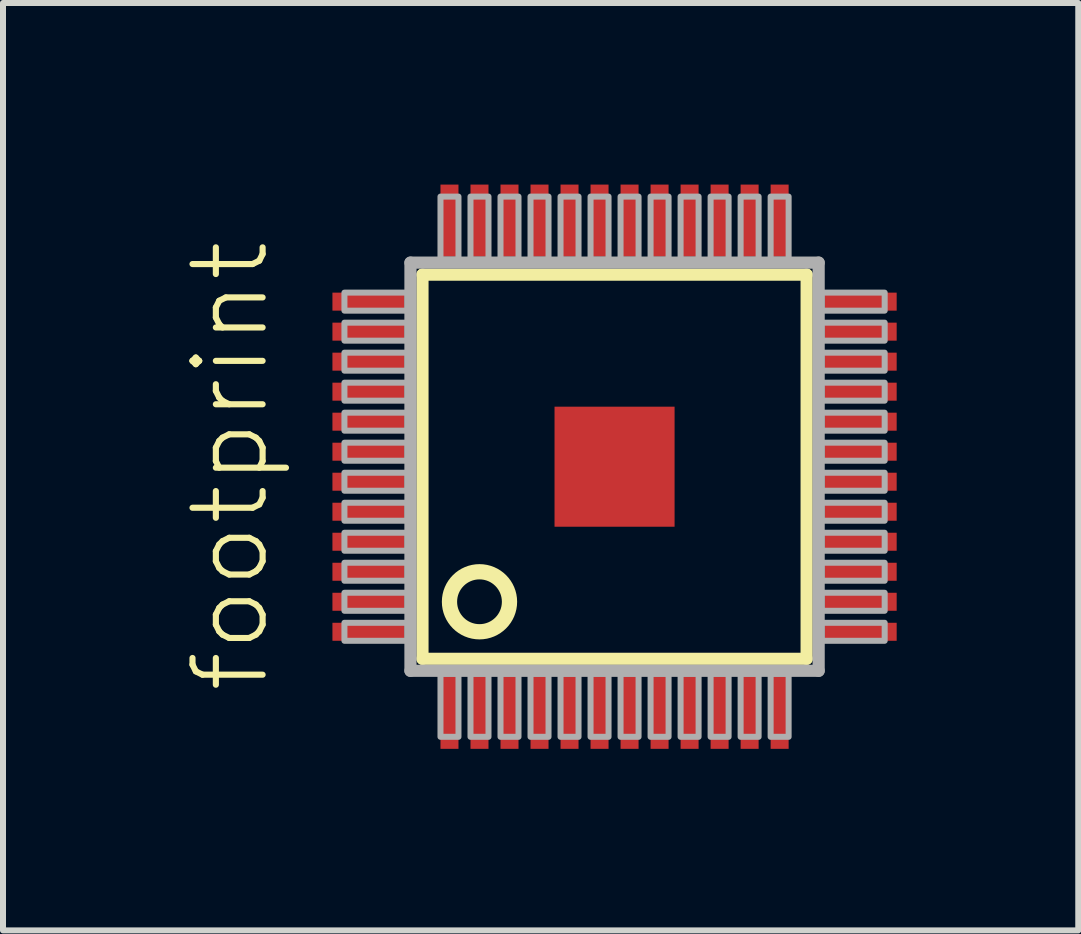
<source format=kicad_pcb>
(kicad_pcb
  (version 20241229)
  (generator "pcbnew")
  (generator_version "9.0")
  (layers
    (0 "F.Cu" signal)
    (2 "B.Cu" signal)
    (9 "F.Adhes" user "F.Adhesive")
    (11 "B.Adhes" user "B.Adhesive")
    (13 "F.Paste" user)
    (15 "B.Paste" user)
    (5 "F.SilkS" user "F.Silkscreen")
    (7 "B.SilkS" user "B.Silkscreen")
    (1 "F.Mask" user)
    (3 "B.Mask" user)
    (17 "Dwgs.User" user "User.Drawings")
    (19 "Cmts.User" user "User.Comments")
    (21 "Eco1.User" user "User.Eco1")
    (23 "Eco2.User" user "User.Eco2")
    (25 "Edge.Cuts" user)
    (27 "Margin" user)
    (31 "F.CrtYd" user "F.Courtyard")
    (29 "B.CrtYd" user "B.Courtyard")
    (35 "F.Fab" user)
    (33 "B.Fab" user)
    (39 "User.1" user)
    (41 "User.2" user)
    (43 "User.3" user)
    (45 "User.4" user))
  (footprint "footprint"
    (layer "F.Cu")
    (at 7.188 4.725)
    (property "Reference" "footprint" (at -5.715 3.81 90) (layer "F.SilkS") (effects (font (size 1.168 1.168) (thickness 0.102)) (justify left bottom)))
    (fp_poly (pts (xy -4.725 -2.575) (xy -3.475 -2.575) (xy -3.475 -2.925) (xy -4.725 -2.925)) (stroke (width 0) (type solid)) (fill yes) (layer "F.Mask"))
    (fp_poly (pts (xy -4.725 -2.075) (xy -3.475 -2.075) (xy -3.475 -2.425) (xy -4.725 -2.425)) (stroke (width 0) (type solid)) (fill yes) (layer "F.Mask"))
    (fp_poly (pts (xy -4.725 -1.575) (xy -3.475 -1.575) (xy -3.475 -1.925) (xy -4.725 -1.925)) (stroke (width 0) (type solid)) (fill yes) (layer "F.Mask"))
    (fp_poly (pts (xy -4.725 -1.075) (xy -3.475 -1.075) (xy -3.475 -1.425) (xy -4.725 -1.425)) (stroke (width 0) (type solid)) (fill yes) (layer "F.Mask"))
    (fp_poly (pts (xy -4.725 -0.575) (xy -3.475 -0.575) (xy -3.475 -0.925) (xy -4.725 -0.925)) (stroke (width 0) (type solid)) (fill yes) (layer "F.Mask"))
    (fp_poly (pts (xy -4.725 -0.075) (xy -3.475 -0.075) (xy -3.475 -0.425) (xy -4.725 -0.425)) (stroke (width 0) (type solid)) (fill yes) (layer "F.Mask"))
    (fp_poly (pts (xy -4.725 0.425) (xy -3.475 0.425) (xy -3.475 0.075) (xy -4.725 0.075)) (stroke (width 0) (type solid)) (fill yes) (layer "F.Mask"))
    (fp_poly (pts (xy -4.725 0.925) (xy -3.475 0.925) (xy -3.475 0.575) (xy -4.725 0.575)) (stroke (width 0) (type solid)) (fill yes) (layer "F.Mask"))
    (fp_poly (pts (xy -4.725 1.425) (xy -3.475 1.425) (xy -3.475 1.075) (xy -4.725 1.075)) (stroke (width 0) (type solid)) (fill yes) (layer "F.Mask"))
    (fp_poly (pts (xy -4.725 1.925) (xy -3.475 1.925) (xy -3.475 1.575) (xy -4.725 1.575)) (stroke (width 0) (type solid)) (fill yes) (layer "F.Mask"))
    (fp_poly (pts (xy -4.725 2.425) (xy -3.475 2.425) (xy -3.475 2.075) (xy -4.725 2.075)) (stroke (width 0) (type solid)) (fill yes) (layer "F.Mask"))
    (fp_poly (pts (xy -4.725 2.925) (xy -3.475 2.925) (xy -3.475 2.575) (xy -4.725 2.575)) (stroke (width 0) (type solid)) (fill yes) (layer "F.Mask"))
    (fp_poly (pts (xy -2.925 -4.725) (xy -2.925 -3.475) (xy -2.575 -3.475) (xy -2.575 -4.725)) (stroke (width 0) (type solid)) (fill yes) (layer "F.Mask"))
    (fp_poly (pts (xy -2.575 4.725) (xy -2.575 3.475) (xy -2.925 3.475) (xy -2.925 4.725)) (stroke (width 0) (type solid)) (fill yes) (layer "F.Mask"))
    (fp_poly (pts (xy -2.425 -4.725) (xy -2.425 -3.475) (xy -2.075 -3.475) (xy -2.075 -4.725)) (stroke (width 0) (type solid)) (fill yes) (layer "F.Mask"))
    (fp_poly (pts (xy -2.075 4.725) (xy -2.075 3.475) (xy -2.425 3.475) (xy -2.425 4.725)) (stroke (width 0) (type solid)) (fill yes) (layer "F.Mask"))
    (fp_poly (pts (xy -1.925 -4.725) (xy -1.925 -3.475) (xy -1.575 -3.475) (xy -1.575 -4.725)) (stroke (width 0) (type solid)) (fill yes) (layer "F.Mask"))
    (fp_poly (pts (xy -1.575 4.725) (xy -1.575 3.475) (xy -1.925 3.475) (xy -1.925 4.725)) (stroke (width 0) (type solid)) (fill yes) (layer "F.Mask"))
    (fp_poly (pts (xy -1.425 -4.725) (xy -1.425 -3.475) (xy -1.075 -3.475) (xy -1.075 -4.725)) (stroke (width 0) (type solid)) (fill yes) (layer "F.Mask"))
    (fp_poly (pts (xy -1.075 4.725) (xy -1.075 3.475) (xy -1.425 3.475) (xy -1.425 4.725)) (stroke (width 0) (type solid)) (fill yes) (layer "F.Mask"))
    (fp_poly (pts (xy -1.05 1.05) (xy 1.05 1.05) (xy 1.05 -1.05) (xy -1.05 -1.05)) (stroke (width 0) (type solid)) (fill yes) (layer "F.Mask"))
    (fp_poly (pts (xy -0.925 -4.725) (xy -0.925 -3.475) (xy -0.575 -3.475) (xy -0.575 -4.725)) (stroke (width 0) (type solid)) (fill yes) (layer "F.Mask"))
    (fp_poly (pts (xy -0.575 4.725) (xy -0.575 3.475) (xy -0.925 3.475) (xy -0.925 4.725)) (stroke (width 0) (type solid)) (fill yes) (layer "F.Mask"))
    (fp_poly (pts (xy -0.425 -4.725) (xy -0.425 -3.475) (xy -0.075 -3.475) (xy -0.075 -4.725)) (stroke (width 0) (type solid)) (fill yes) (layer "F.Mask"))
    (fp_poly (pts (xy -0.075 4.725) (xy -0.075 3.475) (xy -0.425 3.475) (xy -0.425 4.725)) (stroke (width 0) (type solid)) (fill yes) (layer "F.Mask"))
    (fp_poly (pts (xy 0.075 -4.725) (xy 0.075 -3.475) (xy 0.425 -3.475) (xy 0.425 -4.725)) (stroke (width 0) (type solid)) (fill yes) (layer "F.Mask"))
    (fp_poly (pts (xy 0.425 4.725) (xy 0.425 3.475) (xy 0.075 3.475) (xy 0.075 4.725)) (stroke (width 0) (type solid)) (fill yes) (layer "F.Mask"))
    (fp_poly (pts (xy 0.575 -4.725) (xy 0.575 -3.475) (xy 0.925 -3.475) (xy 0.925 -4.725)) (stroke (width 0) (type solid)) (fill yes) (layer "F.Mask"))
    (fp_poly (pts (xy 0.925 4.725) (xy 0.925 3.475) (xy 0.575 3.475) (xy 0.575 4.725)) (stroke (width 0) (type solid)) (fill yes) (layer "F.Mask"))
    (fp_poly (pts (xy 1.075 -4.725) (xy 1.075 -3.475) (xy 1.425 -3.475) (xy 1.425 -4.725)) (stroke (width 0) (type solid)) (fill yes) (layer "F.Mask"))
    (fp_poly (pts (xy 1.425 4.725) (xy 1.425 3.475) (xy 1.075 3.475) (xy 1.075 4.725)) (stroke (width 0) (type solid)) (fill yes) (layer "F.Mask"))
    (fp_poly (pts (xy 1.575 -4.725) (xy 1.575 -3.475) (xy 1.925 -3.475) (xy 1.925 -4.725)) (stroke (width 0) (type solid)) (fill yes) (layer "F.Mask"))
    (fp_poly (pts (xy 1.925 4.725) (xy 1.925 3.475) (xy 1.575 3.475) (xy 1.575 4.725)) (stroke (width 0) (type solid)) (fill yes) (layer "F.Mask"))
    (fp_poly (pts (xy 2.075 -4.725) (xy 2.075 -3.475) (xy 2.425 -3.475) (xy 2.425 -4.725)) (stroke (width 0) (type solid)) (fill yes) (layer "F.Mask"))
    (fp_poly (pts (xy 2.425 4.725) (xy 2.425 3.475) (xy 2.075 3.475) (xy 2.075 4.725)) (stroke (width 0) (type solid)) (fill yes) (layer "F.Mask"))
    (fp_poly (pts (xy 2.575 -4.725) (xy 2.575 -3.475) (xy 2.925 -3.475) (xy 2.925 -4.725)) (stroke (width 0) (type solid)) (fill yes) (layer "F.Mask"))
    (fp_poly (pts (xy 2.925 4.725) (xy 2.925 3.475) (xy 2.575 3.475) (xy 2.575 4.725)) (stroke (width 0) (type solid)) (fill yes) (layer "F.Mask"))
    (fp_poly (pts (xy 4.725 -2.925) (xy 3.475 -2.925) (xy 3.475 -2.575) (xy 4.725 -2.575)) (stroke (width 0) (type solid)) (fill yes) (layer "F.Mask"))
    (fp_poly (pts (xy 4.725 -2.425) (xy 3.475 -2.425) (xy 3.475 -2.075) (xy 4.725 -2.075)) (stroke (width 0) (type solid)) (fill yes) (layer "F.Mask"))
    (fp_poly (pts (xy 4.725 -1.925) (xy 3.475 -1.925) (xy 3.475 -1.575) (xy 4.725 -1.575)) (stroke (width 0) (type solid)) (fill yes) (layer "F.Mask"))
    (fp_poly (pts (xy 4.725 -1.425) (xy 3.475 -1.425) (xy 3.475 -1.075) (xy 4.725 -1.075)) (stroke (width 0) (type solid)) (fill yes) (layer "F.Mask"))
    (fp_poly (pts (xy 4.725 -0.925) (xy 3.475 -0.925) (xy 3.475 -0.575) (xy 4.725 -0.575)) (stroke (width 0) (type solid)) (fill yes) (layer "F.Mask"))
    (fp_poly (pts (xy 4.725 -0.425) (xy 3.475 -0.425) (xy 3.475 -0.075) (xy 4.725 -0.075)) (stroke (width 0) (type solid)) (fill yes) (layer "F.Mask"))
    (fp_poly (pts (xy 4.725 0.075) (xy 3.475 0.075) (xy 3.475 0.425) (xy 4.725 0.425)) (stroke (width 0) (type solid)) (fill yes) (layer "F.Mask"))
    (fp_poly (pts (xy 4.725 0.575) (xy 3.475 0.575) (xy 3.475 0.925) (xy 4.725 0.925)) (stroke (width 0) (type solid)) (fill yes) (layer "F.Mask"))
    (fp_poly (pts (xy 4.725 1.075) (xy 3.475 1.075) (xy 3.475 1.425) (xy 4.725 1.425)) (stroke (width 0) (type solid)) (fill yes) (layer "F.Mask"))
    (fp_poly (pts (xy 4.725 1.575) (xy 3.475 1.575) (xy 3.475 1.925) (xy 4.725 1.925)) (stroke (width 0) (type solid)) (fill yes) (layer "F.Mask"))
    (fp_poly (pts (xy 4.725 2.075) (xy 3.475 2.075) (xy 3.475 2.425) (xy 4.725 2.425)) (stroke (width 0) (type solid)) (fill yes) (layer "F.Mask"))
    (fp_poly (pts (xy 4.725 2.575) (xy 3.475 2.575) (xy 3.475 2.925) (xy 4.725 2.925)) (stroke (width 0) (type solid)) (fill yes) (layer "F.Mask"))
    (fp_line (start -3.2 -3.2) (end 3.2 -3.2) (stroke (width 0.203) (type solid)) (layer "F.SilkS"))
    (fp_line (start -3.2 3.2) (end -3.2 -3.2) (stroke (width 0.203) (type solid)) (layer "F.SilkS"))
    (fp_line (start 3.2 -3.2) (end 3.2 3.2) (stroke (width 0.203) (type solid)) (layer "F.SilkS"))
    (fp_line (start 3.2 3.2) (end -3.2 3.2) (stroke (width 0.203) (type solid)) (layer "F.SilkS"))
    (fp_circle (center -2.25 2.25) (end -1.75 2.25) (stroke (width 0.254) (type solid)) (fill no) (layer "F.SilkS"))
    (fp_poly (pts (xy -4.675 -2.625) (xy -3.525 -2.625) (xy -3.525 -2.875) (xy -4.675 -2.875)) (stroke (width 0) (type solid)) (fill yes) (layer "F.Paste"))
    (fp_poly (pts (xy -4.675 -2.125) (xy -3.525 -2.125) (xy -3.525 -2.375) (xy -4.675 -2.375)) (stroke (width 0) (type solid)) (fill yes) (layer "F.Paste"))
    (fp_poly (pts (xy -4.675 -1.625) (xy -3.525 -1.625) (xy -3.525 -1.875) (xy -4.675 -1.875)) (stroke (width 0) (type solid)) (fill yes) (layer "F.Paste"))
    (fp_poly (pts (xy -4.675 -1.125) (xy -3.525 -1.125) (xy -3.525 -1.375) (xy -4.675 -1.375)) (stroke (width 0) (type solid)) (fill yes) (layer "F.Paste"))
    (fp_poly (pts (xy -4.675 -0.625) (xy -3.525 -0.625) (xy -3.525 -0.875) (xy -4.675 -0.875)) (stroke (width 0) (type solid)) (fill yes) (layer "F.Paste"))
    (fp_poly (pts (xy -4.675 -0.125) (xy -3.525 -0.125) (xy -3.525 -0.375) (xy -4.675 -0.375)) (stroke (width 0) (type solid)) (fill yes) (layer "F.Paste"))
    (fp_poly (pts (xy -4.675 0.375) (xy -3.525 0.375) (xy -3.525 0.125) (xy -4.675 0.125)) (stroke (width 0) (type solid)) (fill yes) (layer "F.Paste"))
    (fp_poly (pts (xy -4.675 0.875) (xy -3.525 0.875) (xy -3.525 0.625) (xy -4.675 0.625)) (stroke (width 0) (type solid)) (fill yes) (layer "F.Paste"))
    (fp_poly (pts (xy -4.675 1.375) (xy -3.525 1.375) (xy -3.525 1.125) (xy -4.675 1.125)) (stroke (width 0) (type solid)) (fill yes) (layer "F.Paste"))
    (fp_poly (pts (xy -4.675 1.875) (xy -3.525 1.875) (xy -3.525 1.625) (xy -4.675 1.625)) (stroke (width 0) (type solid)) (fill yes) (layer "F.Paste"))
    (fp_poly (pts (xy -4.675 2.375) (xy -3.525 2.375) (xy -3.525 2.125) (xy -4.675 2.125)) (stroke (width 0) (type solid)) (fill yes) (layer "F.Paste"))
    (fp_poly (pts (xy -4.675 2.875) (xy -3.525 2.875) (xy -3.525 2.625) (xy -4.675 2.625)) (stroke (width 0) (type solid)) (fill yes) (layer "F.Paste"))
    (fp_poly (pts (xy -2.875 -4.675) (xy -2.875 -3.525) (xy -2.625 -3.525) (xy -2.625 -4.675)) (stroke (width 0) (type solid)) (fill yes) (layer "F.Paste"))
    (fp_poly (pts (xy -2.625 4.675) (xy -2.625 3.525) (xy -2.875 3.525) (xy -2.875 4.675)) (stroke (width 0) (type solid)) (fill yes) (layer "F.Paste"))
    (fp_poly (pts (xy -2.375 -4.675) (xy -2.375 -3.525) (xy -2.125 -3.525) (xy -2.125 -4.675)) (stroke (width 0) (type solid)) (fill yes) (layer "F.Paste"))
    (fp_poly (pts (xy -2.125 4.675) (xy -2.125 3.525) (xy -2.375 3.525) (xy -2.375 4.675)) (stroke (width 0) (type solid)) (fill yes) (layer "F.Paste"))
    (fp_poly (pts (xy -1.875 -4.675) (xy -1.875 -3.525) (xy -1.625 -3.525) (xy -1.625 -4.675)) (stroke (width 0) (type solid)) (fill yes) (layer "F.Paste"))
    (fp_poly (pts (xy -1.625 4.675) (xy -1.625 3.525) (xy -1.875 3.525) (xy -1.875 4.675)) (stroke (width 0) (type solid)) (fill yes) (layer "F.Paste"))
    (fp_poly (pts (xy -1.375 -4.675) (xy -1.375 -3.525) (xy -1.125 -3.525) (xy -1.125 -4.675)) (stroke (width 0) (type solid)) (fill yes) (layer "F.Paste"))
    (fp_poly (pts (xy -1.125 4.675) (xy -1.125 3.525) (xy -1.375 3.525) (xy -1.375 4.675)) (stroke (width 0) (type solid)) (fill yes) (layer "F.Paste"))
    (fp_poly (pts (xy -0.95 0.95) (xy 0.95 0.95) (xy 0.95 -0.95) (xy -0.95 -0.95)) (stroke (width 0) (type solid)) (fill yes) (layer "F.Paste"))
    (fp_poly (pts (xy -0.875 -4.675) (xy -0.875 -3.525) (xy -0.625 -3.525) (xy -0.625 -4.675)) (stroke (width 0) (type solid)) (fill yes) (layer "F.Paste"))
    (fp_poly (pts (xy -0.625 4.675) (xy -0.625 3.525) (xy -0.875 3.525) (xy -0.875 4.675)) (stroke (width 0) (type solid)) (fill yes) (layer "F.Paste"))
    (fp_poly (pts (xy -0.375 -4.675) (xy -0.375 -3.525) (xy -0.125 -3.525) (xy -0.125 -4.675)) (stroke (width 0) (type solid)) (fill yes) (layer "F.Paste"))
    (fp_poly (pts (xy -0.125 4.675) (xy -0.125 3.525) (xy -0.375 3.525) (xy -0.375 4.675)) (stroke (width 0) (type solid)) (fill yes) (layer "F.Paste"))
    (fp_poly (pts (xy 0.125 -4.675) (xy 0.125 -3.525) (xy 0.375 -3.525) (xy 0.375 -4.675)) (stroke (width 0) (type solid)) (fill yes) (layer "F.Paste"))
    (fp_poly (pts (xy 0.375 4.675) (xy 0.375 3.525) (xy 0.125 3.525) (xy 0.125 4.675)) (stroke (width 0) (type solid)) (fill yes) (layer "F.Paste"))
    (fp_poly (pts (xy 0.625 -4.675) (xy 0.625 -3.525) (xy 0.875 -3.525) (xy 0.875 -4.675)) (stroke (width 0) (type solid)) (fill yes) (layer "F.Paste"))
    (fp_poly (pts (xy 0.875 4.675) (xy 0.875 3.525) (xy 0.625 3.525) (xy 0.625 4.675)) (stroke (width 0) (type solid)) (fill yes) (layer "F.Paste"))
    (fp_poly (pts (xy 1.125 -4.675) (xy 1.125 -3.525) (xy 1.375 -3.525) (xy 1.375 -4.675)) (stroke (width 0) (type solid)) (fill yes) (layer "F.Paste"))
    (fp_poly (pts (xy 1.375 4.675) (xy 1.375 3.525) (xy 1.125 3.525) (xy 1.125 4.675)) (stroke (width 0) (type solid)) (fill yes) (layer "F.Paste"))
    (fp_poly (pts (xy 1.625 -4.675) (xy 1.625 -3.525) (xy 1.875 -3.525) (xy 1.875 -4.675)) (stroke (width 0) (type solid)) (fill yes) (layer "F.Paste"))
    (fp_poly (pts (xy 1.875 4.675) (xy 1.875 3.525) (xy 1.625 3.525) (xy 1.625 4.675)) (stroke (width 0) (type solid)) (fill yes) (layer "F.Paste"))
    (fp_poly (pts (xy 2.125 -4.675) (xy 2.125 -3.525) (xy 2.375 -3.525) (xy 2.375 -4.675)) (stroke (width 0) (type solid)) (fill yes) (layer "F.Paste"))
    (fp_poly (pts (xy 2.375 4.675) (xy 2.375 3.525) (xy 2.125 3.525) (xy 2.125 4.675)) (stroke (width 0) (type solid)) (fill yes) (layer "F.Paste"))
    (fp_poly (pts (xy 2.625 -4.675) (xy 2.625 -3.525) (xy 2.875 -3.525) (xy 2.875 -4.675)) (stroke (width 0) (type solid)) (fill yes) (layer "F.Paste"))
    (fp_poly (pts (xy 2.875 4.675) (xy 2.875 3.525) (xy 2.625 3.525) (xy 2.625 4.675)) (stroke (width 0) (type solid)) (fill yes) (layer "F.Paste"))
    (fp_poly (pts (xy 4.675 -2.875) (xy 3.525 -2.875) (xy 3.525 -2.625) (xy 4.675 -2.625)) (stroke (width 0) (type solid)) (fill yes) (layer "F.Paste"))
    (fp_poly (pts (xy 4.675 -2.375) (xy 3.525 -2.375) (xy 3.525 -2.125) (xy 4.675 -2.125)) (stroke (width 0) (type solid)) (fill yes) (layer "F.Paste"))
    (fp_poly (pts (xy 4.675 -1.875) (xy 3.525 -1.875) (xy 3.525 -1.625) (xy 4.675 -1.625)) (stroke (width 0) (type solid)) (fill yes) (layer "F.Paste"))
    (fp_poly (pts (xy 4.675 -1.375) (xy 3.525 -1.375) (xy 3.525 -1.125) (xy 4.675 -1.125)) (stroke (width 0) (type solid)) (fill yes) (layer "F.Paste"))
    (fp_poly (pts (xy 4.675 -0.875) (xy 3.525 -0.875) (xy 3.525 -0.625) (xy 4.675 -0.625)) (stroke (width 0) (type solid)) (fill yes) (layer "F.Paste"))
    (fp_poly (pts (xy 4.675 -0.375) (xy 3.525 -0.375) (xy 3.525 -0.125) (xy 4.675 -0.125)) (stroke (width 0) (type solid)) (fill yes) (layer "F.Paste"))
    (fp_poly (pts (xy 4.675 0.125) (xy 3.525 0.125) (xy 3.525 0.375) (xy 4.675 0.375)) (stroke (width 0) (type solid)) (fill yes) (layer "F.Paste"))
    (fp_poly (pts (xy 4.675 0.625) (xy 3.525 0.625) (xy 3.525 0.875) (xy 4.675 0.875)) (stroke (width 0) (type solid)) (fill yes) (layer "F.Paste"))
    (fp_poly (pts (xy 4.675 1.125) (xy 3.525 1.125) (xy 3.525 1.375) (xy 4.675 1.375)) (stroke (width 0) (type solid)) (fill yes) (layer "F.Paste"))
    (fp_poly (pts (xy 4.675 1.625) (xy 3.525 1.625) (xy 3.525 1.875) (xy 4.675 1.875)) (stroke (width 0) (type solid)) (fill yes) (layer "F.Paste"))
    (fp_poly (pts (xy 4.675 2.125) (xy 3.525 2.125) (xy 3.525 2.375) (xy 4.675 2.375)) (stroke (width 0) (type solid)) (fill yes) (layer "F.Paste"))
    (fp_poly (pts (xy 4.675 2.625) (xy 3.525 2.625) (xy 3.525 2.875) (xy 4.675 2.875)) (stroke (width 0) (type solid)) (fill yes) (layer "F.Paste"))
    (fp_line (start -3.4 -3.4) (end -3.4 3.4) (stroke (width 0.203) (type solid)) (layer "F.Fab"))
    (fp_line (start -3.4 3.4) (end 3.4 3.4) (stroke (width 0.203) (type solid)) (layer "F.Fab"))
    (fp_line (start 3.4 -3.4) (end -3.4 -3.4) (stroke (width 0.203) (type solid)) (layer "F.Fab"))
    (fp_line (start 3.4 3.4) (end 3.4 -3.4) (stroke (width 0.203) (type solid)) (layer "F.Fab"))
    (fp_poly (pts (xy -4.5 -2.6) (xy -3.45 -2.6) (xy -3.45 -2.9) (xy -4.5 -2.9)) (stroke (width 0.1) (type solid)) (fill no) (layer "F.Fab"))
    (fp_poly (pts (xy -4.5 -2.1) (xy -3.45 -2.1) (xy -3.45 -2.4) (xy -4.5 -2.4)) (stroke (width 0.1) (type solid)) (fill no) (layer "F.Fab"))
    (fp_poly (pts (xy -4.5 -1.6) (xy -3.45 -1.6) (xy -3.45 -1.9) (xy -4.5 -1.9)) (stroke (width 0.1) (type solid)) (fill no) (layer "F.Fab"))
    (fp_poly (pts (xy -4.5 -1.1) (xy -3.45 -1.1) (xy -3.45 -1.4) (xy -4.5 -1.4)) (stroke (width 0.1) (type solid)) (fill no) (layer "F.Fab"))
    (fp_poly (pts (xy -4.5 -0.6) (xy -3.45 -0.6) (xy -3.45 -0.9) (xy -4.5 -0.9)) (stroke (width 0.1) (type solid)) (fill no) (layer "F.Fab"))
    (fp_poly (pts (xy -4.5 -0.1) (xy -3.45 -0.1) (xy -3.45 -0.4) (xy -4.5 -0.4)) (stroke (width 0.1) (type solid)) (fill no) (layer "F.Fab"))
    (fp_poly (pts (xy -4.5 0.4) (xy -3.45 0.4) (xy -3.45 0.1) (xy -4.5 0.1)) (stroke (width 0.1) (type solid)) (fill no) (layer "F.Fab"))
    (fp_poly (pts (xy -4.5 0.9) (xy -3.45 0.9) (xy -3.45 0.6) (xy -4.5 0.6)) (stroke (width 0.1) (type solid)) (fill no) (layer "F.Fab"))
    (fp_poly (pts (xy -4.5 1.4) (xy -3.45 1.4) (xy -3.45 1.1) (xy -4.5 1.1)) (stroke (width 0.1) (type solid)) (fill no) (layer "F.Fab"))
    (fp_poly (pts (xy -4.5 1.9) (xy -3.45 1.9) (xy -3.45 1.6) (xy -4.5 1.6)) (stroke (width 0.1) (type solid)) (fill no) (layer "F.Fab"))
    (fp_poly (pts (xy -4.5 2.4) (xy -3.45 2.4) (xy -3.45 2.1) (xy -4.5 2.1)) (stroke (width 0.1) (type solid)) (fill no) (layer "F.Fab"))
    (fp_poly (pts (xy -4.5 2.9) (xy -3.45 2.9) (xy -3.45 2.6) (xy -4.5 2.6)) (stroke (width 0.1) (type solid)) (fill no) (layer "F.Fab"))
    (fp_poly (pts (xy -2.9 -4.5) (xy -2.9 -3.45) (xy -2.6 -3.45) (xy -2.6 -4.5)) (stroke (width 0.1) (type solid)) (fill no) (layer "F.Fab"))
    (fp_poly (pts (xy -2.6 4.5) (xy -2.6 3.45) (xy -2.9 3.45) (xy -2.9 4.5)) (stroke (width 0.1) (type solid)) (fill no) (layer "F.Fab"))
    (fp_poly (pts (xy -2.4 -4.5) (xy -2.4 -3.45) (xy -2.1 -3.45) (xy -2.1 -4.5)) (stroke (width 0.1) (type solid)) (fill no) (layer "F.Fab"))
    (fp_poly (pts (xy -2.1 4.5) (xy -2.1 3.45) (xy -2.4 3.45) (xy -2.4 4.5)) (stroke (width 0.1) (type solid)) (fill no) (layer "F.Fab"))
    (fp_poly (pts (xy -1.9 -4.5) (xy -1.9 -3.45) (xy -1.6 -3.45) (xy -1.6 -4.5)) (stroke (width 0.1) (type solid)) (fill no) (layer "F.Fab"))
    (fp_poly (pts (xy -1.6 4.5) (xy -1.6 3.45) (xy -1.9 3.45) (xy -1.9 4.5)) (stroke (width 0.1) (type solid)) (fill no) (layer "F.Fab"))
    (fp_poly (pts (xy -1.4 -4.5) (xy -1.4 -3.45) (xy -1.1 -3.45) (xy -1.1 -4.5)) (stroke (width 0.1) (type solid)) (fill no) (layer "F.Fab"))
    (fp_poly (pts (xy -1.1 4.5) (xy -1.1 3.45) (xy -1.4 3.45) (xy -1.4 4.5)) (stroke (width 0.1) (type solid)) (fill no) (layer "F.Fab"))
    (fp_poly (pts (xy -0.9 -4.5) (xy -0.9 -3.45) (xy -0.6 -3.45) (xy -0.6 -4.5)) (stroke (width 0.1) (type solid)) (fill no) (layer "F.Fab"))
    (fp_poly (pts (xy -0.6 4.5) (xy -0.6 3.45) (xy -0.9 3.45) (xy -0.9 4.5)) (stroke (width 0.1) (type solid)) (fill no) (layer "F.Fab"))
    (fp_poly (pts (xy -0.4 -4.5) (xy -0.4 -3.45) (xy -0.1 -3.45) (xy -0.1 -4.5)) (stroke (width 0.1) (type solid)) (fill no) (layer "F.Fab"))
    (fp_poly (pts (xy -0.1 4.5) (xy -0.1 3.45) (xy -0.4 3.45) (xy -0.4 4.5)) (stroke (width 0.1) (type solid)) (fill no) (layer "F.Fab"))
    (fp_poly (pts (xy 0.1 -4.5) (xy 0.1 -3.45) (xy 0.4 -3.45) (xy 0.4 -4.5)) (stroke (width 0.1) (type solid)) (fill no) (layer "F.Fab"))
    (fp_poly (pts (xy 0.4 4.5) (xy 0.4 3.45) (xy 0.1 3.45) (xy 0.1 4.5)) (stroke (width 0.1) (type solid)) (fill no) (layer "F.Fab"))
    (fp_poly (pts (xy 0.6 -4.5) (xy 0.6 -3.45) (xy 0.9 -3.45) (xy 0.9 -4.5)) (stroke (width 0.1) (type solid)) (fill no) (layer "F.Fab"))
    (fp_poly (pts (xy 0.9 4.5) (xy 0.9 3.45) (xy 0.6 3.45) (xy 0.6 4.5)) (stroke (width 0.1) (type solid)) (fill no) (layer "F.Fab"))
    (fp_poly (pts (xy 1.1 -4.5) (xy 1.1 -3.45) (xy 1.4 -3.45) (xy 1.4 -4.5)) (stroke (width 0.1) (type solid)) (fill no) (layer "F.Fab"))
    (fp_poly (pts (xy 1.4 4.5) (xy 1.4 3.45) (xy 1.1 3.45) (xy 1.1 4.5)) (stroke (width 0.1) (type solid)) (fill no) (layer "F.Fab"))
    (fp_poly (pts (xy 1.6 -4.5) (xy 1.6 -3.45) (xy 1.9 -3.45) (xy 1.9 -4.5)) (stroke (width 0.1) (type solid)) (fill no) (layer "F.Fab"))
    (fp_poly (pts (xy 1.9 4.5) (xy 1.9 3.45) (xy 1.6 3.45) (xy 1.6 4.5)) (stroke (width 0.1) (type solid)) (fill no) (layer "F.Fab"))
    (fp_poly (pts (xy 2.1 -4.5) (xy 2.1 -3.45) (xy 2.4 -3.45) (xy 2.4 -4.5)) (stroke (width 0.1) (type solid)) (fill no) (layer "F.Fab"))
    (fp_poly (pts (xy 2.4 4.5) (xy 2.4 3.45) (xy 2.1 3.45) (xy 2.1 4.5)) (stroke (width 0.1) (type solid)) (fill no) (layer "F.Fab"))
    (fp_poly (pts (xy 2.6 -4.5) (xy 2.6 -3.45) (xy 2.9 -3.45) (xy 2.9 -4.5)) (stroke (width 0.1) (type solid)) (fill no) (layer "F.Fab"))
    (fp_poly (pts (xy 2.9 4.5) (xy 2.9 3.45) (xy 2.6 3.45) (xy 2.6 4.5)) (stroke (width 0.1) (type solid)) (fill no) (layer "F.Fab"))
    (fp_poly (pts (xy 4.5 -2.9) (xy 3.45 -2.9) (xy 3.45 -2.6) (xy 4.5 -2.6)) (stroke (width 0.1) (type solid)) (fill no) (layer "F.Fab"))
    (fp_poly (pts (xy 4.5 -2.4) (xy 3.45 -2.4) (xy 3.45 -2.1) (xy 4.5 -2.1)) (stroke (width 0.1) (type solid)) (fill no) (layer "F.Fab"))
    (fp_poly (pts (xy 4.5 -1.9) (xy 3.45 -1.9) (xy 3.45 -1.6) (xy 4.5 -1.6)) (stroke (width 0.1) (type solid)) (fill no) (layer "F.Fab"))
    (fp_poly (pts (xy 4.5 -1.4) (xy 3.45 -1.4) (xy 3.45 -1.1) (xy 4.5 -1.1)) (stroke (width 0.1) (type solid)) (fill no) (layer "F.Fab"))
    (fp_poly (pts (xy 4.5 -0.9) (xy 3.45 -0.9) (xy 3.45 -0.6) (xy 4.5 -0.6)) (stroke (width 0.1) (type solid)) (fill no) (layer "F.Fab"))
    (fp_poly (pts (xy 4.5 -0.4) (xy 3.45 -0.4) (xy 3.45 -0.1) (xy 4.5 -0.1)) (stroke (width 0.1) (type solid)) (fill no) (layer "F.Fab"))
    (fp_poly (pts (xy 4.5 0.1) (xy 3.45 0.1) (xy 3.45 0.4) (xy 4.5 0.4)) (stroke (width 0.1) (type solid)) (fill no) (layer "F.Fab"))
    (fp_poly (pts (xy 4.5 0.6) (xy 3.45 0.6) (xy 3.45 0.9) (xy 4.5 0.9)) (stroke (width 0.1) (type solid)) (fill no) (layer "F.Fab"))
    (fp_poly (pts (xy 4.5 1.1) (xy 3.45 1.1) (xy 3.45 1.4) (xy 4.5 1.4)) (stroke (width 0.1) (type solid)) (fill no) (layer "F.Fab"))
    (fp_poly (pts (xy 4.5 1.6) (xy 3.45 1.6) (xy 3.45 1.9) (xy 4.5 1.9)) (stroke (width 0.1) (type solid)) (fill no) (layer "F.Fab"))
    (fp_poly (pts (xy 4.5 2.1) (xy 3.45 2.1) (xy 3.45 2.4) (xy 4.5 2.4)) (stroke (width 0.1) (type solid)) (fill no) (layer "F.Fab"))
    (fp_poly (pts (xy 4.5 2.6) (xy 3.45 2.6) (xy 3.45 2.9) (xy 4.5 2.9)) (stroke (width 0.1) (type solid)) (fill no) (layer "F.Fab"))
    (pad "1" smd rect (at -2.75 4.1) (size 0.3 1.2) (layers "F.Cu"))
    (pad "2" smd rect (at -2.25 4.1) (size 0.3 1.2) (layers "F.Cu"))
    (pad "3" smd rect (at -1.75 4.1) (size 0.3 1.2) (layers "F.Cu"))
    (pad "4" smd rect (at -1.25 4.1) (size 0.3 1.2) (layers "F.Cu"))
    (pad "5" smd rect (at -0.75 4.1) (size 0.3 1.2) (layers "F.Cu"))
    (pad "6" smd rect (at -0.25 4.1) (size 0.3 1.2) (layers "F.Cu"))
    (pad "7" smd rect (at 0.25 4.1) (size 0.3 1.2) (layers "F.Cu"))
    (pad "8" smd rect (at 0.75 4.1) (size 0.3 1.2) (layers "F.Cu"))
    (pad "9" smd rect (at 1.25 4.1) (size 0.3 1.2) (layers "F.Cu"))
    (pad "10" smd rect (at 1.75 4.1) (size 0.3 1.2) (layers "F.Cu"))
    (pad "11" smd rect (at 2.25 4.1) (size 0.3 1.2) (layers "F.Cu"))
    (pad "12" smd rect (at 2.75 4.1) (size 0.3 1.2) (layers "F.Cu"))
    (pad "13" smd rect (at 4.1 2.75) (size 1.2 0.3) (layers "F.Cu"))
    (pad "14" smd rect (at 4.1 2.25) (size 1.2 0.3) (layers "F.Cu"))
    (pad "15" smd rect (at 4.1 1.75) (size 1.2 0.3) (layers "F.Cu"))
    (pad "16" smd rect (at 4.1 1.25) (size 1.2 0.3) (layers "F.Cu"))
    (pad "17" smd rect (at 4.1 0.75) (size 1.2 0.3) (layers "F.Cu"))
    (pad "18" smd rect (at 4.1 0.25) (size 1.2 0.3) (layers "F.Cu"))
    (pad "19" smd rect (at 4.1 -0.25) (size 1.2 0.3) (layers "F.Cu"))
    (pad "20" smd rect (at 4.1 -0.75) (size 1.2 0.3) (layers "F.Cu"))
    (pad "21" smd rect (at 4.1 -1.25) (size 1.2 0.3) (layers "F.Cu"))
    (pad "22" smd rect (at 4.1 -1.75) (size 1.2 0.3) (layers "F.Cu"))
    (pad "23" smd rect (at 4.1 -2.25) (size 1.2 0.3) (layers "F.Cu"))
    (pad "24" smd rect (at 4.1 -2.75) (size 1.2 0.3) (layers "F.Cu"))
    (pad "25" smd rect (at 2.75 -4.1) (size 0.3 1.2) (layers "F.Cu"))
    (pad "26" smd rect (at 2.25 -4.1) (size 0.3 1.2) (layers "F.Cu"))
    (pad "27" smd rect (at 1.75 -4.1) (size 0.3 1.2) (layers "F.Cu"))
    (pad "28" smd rect (at 1.25 -4.1) (size 0.3 1.2) (layers "F.Cu"))
    (pad "29" smd rect (at 0.75 -4.1) (size 0.3 1.2) (layers "F.Cu"))
    (pad "30" smd rect (at 0.25 -4.1) (size 0.3 1.2) (layers "F.Cu"))
    (pad "31" smd rect (at -0.25 -4.1) (size 0.3 1.2) (layers "F.Cu"))
    (pad "32" smd rect (at -0.75 -4.1) (size 0.3 1.2) (layers "F.Cu"))
    (pad "33" smd rect (at -1.25 -4.1) (size 0.3 1.2) (layers "F.Cu"))
    (pad "34" smd rect (at -1.75 -4.1) (size 0.3 1.2) (layers "F.Cu"))
    (pad "35" smd rect (at -2.25 -4.1) (size 0.3 1.2) (layers "F.Cu"))
    (pad "36" smd rect (at -2.75 -4.1) (size 0.3 1.2) (layers "F.Cu"))
    (pad "37" smd rect (at -4.1 -2.75) (size 1.2 0.3) (layers "F.Cu"))
    (pad "38" smd rect (at -4.1 -2.25) (size 1.2 0.3) (layers "F.Cu"))
    (pad "39" smd rect (at -4.1 -1.75) (size 1.2 0.3) (layers "F.Cu"))
    (pad "40" smd rect (at -4.1 -1.25) (size 1.2 0.3) (layers "F.Cu"))
    (pad "41" smd rect (at -4.1 -0.75) (size 1.2 0.3) (layers "F.Cu"))
    (pad "42" smd rect (at -4.1 -0.25) (size 1.2 0.3) (layers "F.Cu"))
    (pad "43" smd rect (at -4.1 0.25) (size 1.2 0.3) (layers "F.Cu"))
    (pad "44" smd rect (at -4.1 0.75) (size 1.2 0.3) (layers "F.Cu"))
    (pad "45" smd rect (at -4.1 1.25) (size 1.2 0.3) (layers "F.Cu"))
    (pad "46" smd rect (at -4.1 1.75) (size 1.2 0.3) (layers "F.Cu"))
    (pad "47" smd rect (at -4.1 2.25) (size 1.2 0.3) (layers "F.Cu"))
    (pad "48" smd rect (at -4.1 2.75) (size 1.2 0.3) (layers "F.Cu"))
    (pad "EXP" smd rect (at 0 0) (size 2 2) (layers "F.Cu")))
  (gr_rect
    (start -3 -3)
    (end 14.913 12.45)
    (stroke (width 0.1) (type default))
    (fill no)
    (layer "Edge.Cuts")))
</source>
